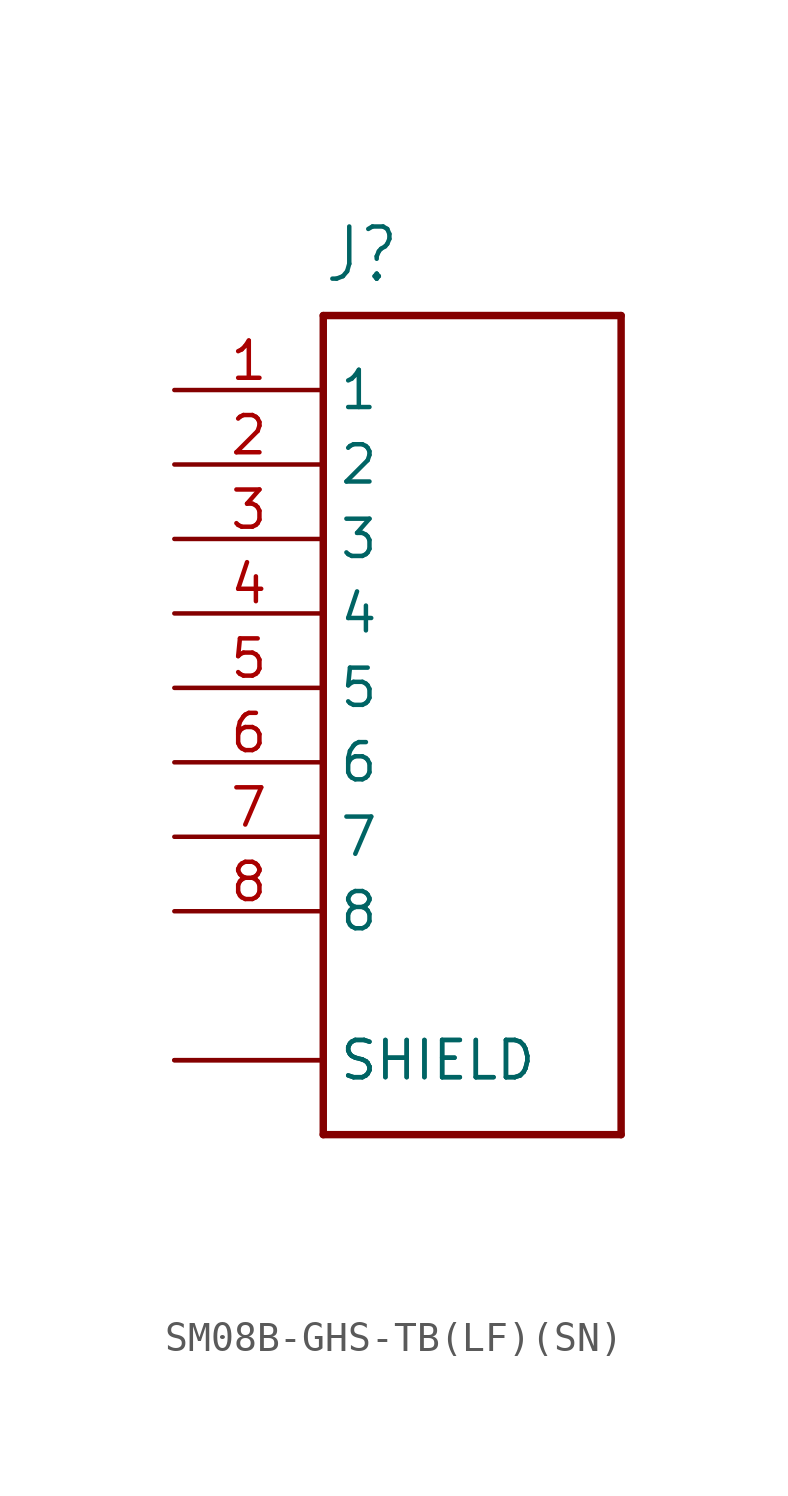
<source format=kicad_sym>
(kicad_symbol_lib
  (version 20231120)
  (generator "kicad_symbol_editor")
  (generator_version "8.0")
  (symbol "SM08B-GHS-TB(LF)(SN)"
    (property "Reference" "J"
      (at -5.086 13.733 0)
      (effects (font (size 1.78 1.513)) (justify left bottom)))
    (property "Value" ""
      (at -5.087 -17.805 0)
      (effects (font (size 1.78 1.513)) (justify left bottom)))
    (property "ki_locked" ""
      (at 0 0 0)
      (effects (font (size 1.27 1.27))))
    (symbol "SM08B-GHS-TB(LF)(SN)_1_0"
      (polyline (pts (xy -5.08 -15.24) (xy -5.08 12.7)) (stroke (width 0.254) (type solid)) (fill (type none)))
      (polyline (pts (xy -5.08 12.7) (xy 5.08 12.7)) (stroke (width 0.254) (type solid)) (fill (type none)))
      (polyline (pts (xy 5.08 -15.24) (xy -5.08 -15.24)) (stroke (width 0.254) (type solid)) (fill (type none)))
      (polyline (pts (xy 5.08 12.7) (xy 5.08 -15.24)) (stroke (width 0.254) (type solid)) (fill (type none)))
      (pin passive line (at -10.16 10.16 0) (length 5.08) (name "1" (effects (font (size 1.27 1.27)))) (number "1" (effects (font (size 1.27 1.27)))))
      (pin passive line (at -10.16 7.62 0) (length 5.08) (name "2" (effects (font (size 1.27 1.27)))) (number "2" (effects (font (size 1.27 1.27)))))
      (pin passive line (at -10.16 5.08 0) (length 5.08) (name "3" (effects (font (size 1.27 1.27)))) (number "3" (effects (font (size 1.27 1.27)))))
      (pin passive line (at -10.16 2.54 0) (length 5.08) (name "4" (effects (font (size 1.27 1.27)))) (number "4" (effects (font (size 1.27 1.27)))))
      (pin passive line (at -10.16 0 0) (length 5.08) (name "5" (effects (font (size 1.27 1.27)))) (number "5" (effects (font (size 1.27 1.27)))))
      (pin passive line (at -10.16 -2.54 0) (length 5.08) (name "6" (effects (font (size 1.27 1.27)))) (number "6" (effects (font (size 1.27 1.27)))))
      (pin passive line (at -10.16 -5.08 0) (length 5.08) (name "7" (effects (font (size 1.27 1.27)))) (number "7" (effects (font (size 1.27 1.27)))))
      (pin passive line (at -10.16 -7.62 0) (length 5.08) (name "8" (effects (font (size 1.27 1.27)))) (number "8" (effects (font (size 1.27 1.27)))))
      (pin passive line (at -10.16 -12.7 0) (length 5.08) (name "SHIELD" (effects (font (size 1.27 1.27)))) (number "SH1" (effects (font (size 0 0)))))
      (pin passive line (at -10.16 -12.7 0) (length 5.08) (name "SHIELD" (effects (font (size 1.27 1.27)))) (number "SH2" (effects (font (size 0 0))))))))
</source>
